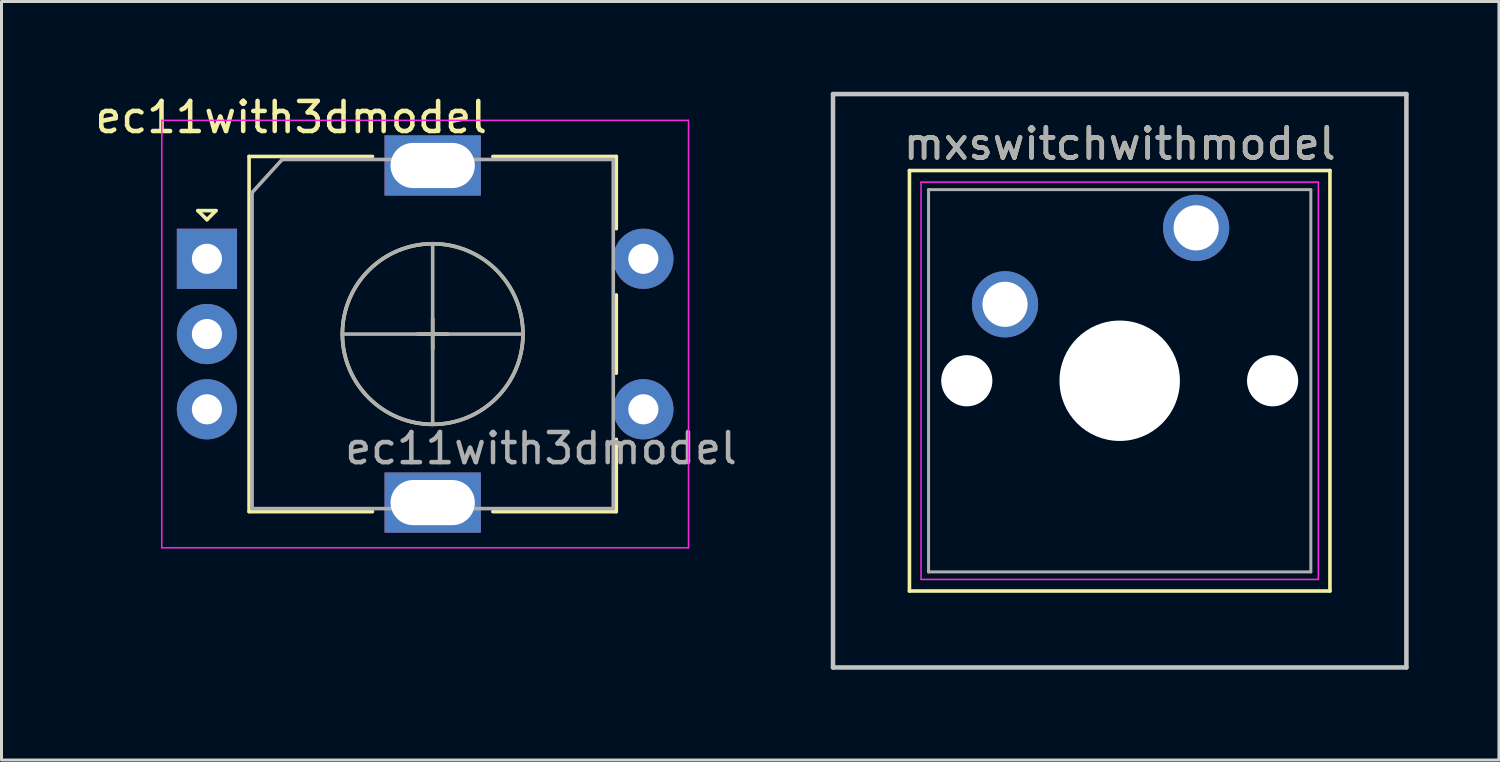
<source format=kicad_pcb>
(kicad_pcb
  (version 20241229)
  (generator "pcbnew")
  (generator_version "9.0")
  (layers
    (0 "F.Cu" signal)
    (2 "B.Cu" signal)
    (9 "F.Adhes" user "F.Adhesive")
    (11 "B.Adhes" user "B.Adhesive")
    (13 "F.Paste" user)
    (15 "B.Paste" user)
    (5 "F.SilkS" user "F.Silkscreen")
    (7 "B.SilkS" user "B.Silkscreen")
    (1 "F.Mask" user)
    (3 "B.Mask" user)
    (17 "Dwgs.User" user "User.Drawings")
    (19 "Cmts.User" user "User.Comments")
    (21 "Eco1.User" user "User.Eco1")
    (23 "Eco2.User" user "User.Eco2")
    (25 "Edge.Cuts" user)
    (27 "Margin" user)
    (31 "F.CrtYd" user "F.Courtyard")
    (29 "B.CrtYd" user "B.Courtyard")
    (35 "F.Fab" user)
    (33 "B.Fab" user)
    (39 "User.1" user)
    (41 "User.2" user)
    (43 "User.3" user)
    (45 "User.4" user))
  (footprint "ec11with3dmodel"
    (layer "F.Cu")
    (at 3.825 5.548)
    (property "Reference" "ec11with3dmodel" (at 2.8 -4.7 0) (layer "F.SilkS") (effects (font (size 1 1) (thickness 0.15))))
    (attr through_hole)
    (fp_line (start -0.3 -1.6) (end 0.3 -1.6) (stroke (width 0.12) (type solid)) (layer "F.SilkS"))
    (fp_line (start 0 -1.3) (end -0.3 -1.6) (stroke (width 0.12) (type solid)) (layer "F.SilkS"))
    (fp_line (start 0.3 -1.6) (end 0 -1.3) (stroke (width 0.12) (type solid)) (layer "F.SilkS"))
    (fp_line (start 1.4 -3.4) (end 1.4 8.4) (stroke (width 0.12) (type solid)) (layer "F.SilkS"))
    (fp_line (start 5.5 -3.4) (end 1.4 -3.4) (stroke (width 0.12) (type solid)) (layer "F.SilkS"))
    (fp_line (start 5.5 8.4) (end 1.4 8.4) (stroke (width 0.12) (type solid)) (layer "F.SilkS"))
    (fp_line (start 7 2.5) (end 8 2.5) (stroke (width 0.12) (type solid)) (layer "F.SilkS"))
    (fp_line (start 7.5 2) (end 7.5 3) (stroke (width 0.12) (type solid)) (layer "F.SilkS"))
    (fp_line (start 9.5 -3.4) (end 13.6 -3.4) (stroke (width 0.12) (type solid)) (layer "F.SilkS"))
    (fp_line (start 13.6 -3.4) (end 13.6 -1) (stroke (width 0.12) (type solid)) (layer "F.SilkS"))
    (fp_line (start 13.6 1.2) (end 13.6 3.8) (stroke (width 0.12) (type solid)) (layer "F.SilkS"))
    (fp_line (start 13.6 6) (end 13.6 8.4) (stroke (width 0.12) (type solid)) (layer "F.SilkS"))
    (fp_line (start 13.6 8.4) (end 9.5 8.4) (stroke (width 0.12) (type solid)) (layer "F.SilkS"))
    (fp_circle (center 7.5 2.5) (end 10.5 2.5) (stroke (width 0.12) (type solid)) (fill no) (layer "F.SilkS"))
    (fp_line (start -1.5 -4.6) (end -1.5 9.6) (stroke (width 0.05) (type solid)) (layer "F.CrtYd"))
    (fp_line (start -1.5 -4.6) (end 16 -4.6) (stroke (width 0.05) (type solid)) (layer "F.CrtYd"))
    (fp_line (start 16 9.6) (end -1.5 9.6) (stroke (width 0.05) (type solid)) (layer "F.CrtYd"))
    (fp_line (start 16 9.6) (end 16 -4.6) (stroke (width 0.05) (type solid)) (layer "F.CrtYd"))
    (fp_line (start 1.5 -2.2) (end 2.5 -3.3) (stroke (width 0.12) (type solid)) (layer "F.Fab"))
    (fp_line (start 1.5 8.3) (end 1.5 -2.2) (stroke (width 0.12) (type solid)) (layer "F.Fab"))
    (fp_line (start 2.5 -3.3) (end 13.5 -3.3) (stroke (width 0.12) (type solid)) (layer "F.Fab"))
    (fp_line (start 4.5 2.5) (end 10.5 2.5) (stroke (width 0.12) (type solid)) (layer "F.Fab"))
    (fp_line (start 7.5 -0.5) (end 7.5 5.5) (stroke (width 0.12) (type solid)) (layer "F.Fab"))
    (fp_line (start 13.5 -3.3) (end 13.5 8.3) (stroke (width 0.12) (type solid)) (layer "F.Fab"))
    (fp_line (start 13.5 8.3) (end 1.5 8.3) (stroke (width 0.12) (type solid)) (layer "F.Fab"))
    (fp_circle (center 7.5 2.5) (end 10.5 2.5) (stroke (width 0.12) (type solid)) (fill no) (layer "F.Fab"))
    (fp_text user "${REFERENCE}" (at 11.1 6.3 0) (layer "F.Fab") (effects (font (size 1 1) (thickness 0.15))))
    (pad "A" thru_hole rect (at 0 0) (size 2 2) (drill 1) (layers "*.Cu" "*.Mask"))
    (pad "B" thru_hole circle (at 0 5) (size 2 2) (drill 1) (layers "*.Cu" "*.Mask"))
    (pad "C" thru_hole circle (at 0 2.5) (size 2 2) (drill 1) (layers "*.Cu" "*.Mask"))
    (pad "MP" thru_hole rect (at 7.5 -3.1) (size 3.2 2) (drill oval 2.8 1.5) (layers "*.Cu" "*.Mask"))
    (pad "MP" thru_hole rect (at 7.5 8.1) (size 3.2 2) (drill oval 2.8 1.5) (layers "*.Cu" "*.Mask"))
    (pad "S1" thru_hole circle (at 14.5 5) (size 2 2) (drill 1) (layers "*.Cu" "*.Mask"))
    (pad "S2" thru_hole circle (at 14.5 0) (size 2 2) (drill 1) (layers "*.Cu" "*.Mask")))
  (footprint "mxswitchwithmodel"
    (layer "F.Cu")
    (at 36.69 4.52)
    (property "Reference" "mxswitchwithmodel" (at -2.54 -2.794 0) (layer "F.SilkS") (effects (font (size 1 1) (thickness 0.15))))
    (attr through_hole)
    (fp_line (start -9.525 -1.905) (end 4.445 -1.905) (stroke (width 0.12) (type solid)) (layer "F.SilkS"))
    (fp_line (start -9.525 12.065) (end -9.525 -1.905) (stroke (width 0.12) (type solid)) (layer "F.SilkS"))
    (fp_line (start 4.445 -1.905) (end 4.445 12.065) (stroke (width 0.12) (type solid)) (layer "F.SilkS"))
    (fp_line (start 4.445 12.065) (end -9.525 12.065) (stroke (width 0.12) (type solid)) (layer "F.SilkS"))
    (fp_line (start -12.065 -4.445) (end 6.985 -4.445) (stroke (width 0.15) (type solid)) (layer "Dwgs.User"))
    (fp_line (start -12.065 14.605) (end -12.065 -4.445) (stroke (width 0.15) (type solid)) (layer "Dwgs.User"))
    (fp_line (start 6.985 -4.445) (end 6.985 14.605) (stroke (width 0.15) (type solid)) (layer "Dwgs.User"))
    (fp_line (start 6.985 14.605) (end -12.065 14.605) (stroke (width 0.15) (type solid)) (layer "Dwgs.User"))
    (fp_line (start -9.14 -1.52) (end 4.06 -1.52) (stroke (width 0.05) (type solid)) (layer "F.CrtYd"))
    (fp_line (start -9.14 11.68) (end -9.14 -1.52) (stroke (width 0.05) (type solid)) (layer "F.CrtYd"))
    (fp_line (start 4.06 -1.52) (end 4.06 11.68) (stroke (width 0.05) (type solid)) (layer "F.CrtYd"))
    (fp_line (start 4.06 11.68) (end -9.14 11.68) (stroke (width 0.05) (type solid)) (layer "F.CrtYd"))
    (fp_line (start -8.89 -1.27) (end 3.81 -1.27) (stroke (width 0.1) (type solid)) (layer "F.Fab"))
    (fp_line (start -8.89 11.43) (end -8.89 -1.27) (stroke (width 0.1) (type solid)) (layer "F.Fab"))
    (fp_line (start 3.81 -1.27) (end 3.81 11.43) (stroke (width 0.1) (type solid)) (layer "F.Fab"))
    (fp_line (start 3.81 11.43) (end -8.89 11.43) (stroke (width 0.1) (type solid)) (layer "F.Fab"))
    (fp_text user "${REFERENCE}" (at -2.54 -2.794 0) (layer "F.Fab") (effects (font (size 1 1) (thickness 0.15))))
    (pad "" np_thru_hole circle (at -7.62 5.08) (size 1.7 1.7) (drill 1.7) (layers "*.Cu" "*.Mask"))
    (pad "" np_thru_hole circle (at -2.54 5.08) (size 4 4) (drill 4) (layers "*.Cu" "*.Mask"))
    (pad "" np_thru_hole circle (at 2.54 5.08) (size 1.7 1.7) (drill 1.7) (layers "*.Cu" "*.Mask"))
    (pad "1" thru_hole circle (at 0 0) (size 2.2 2.2) (drill 1.5) (layers "*.Cu" "*.Mask"))
    (pad "2" thru_hole circle (at -6.35 2.54) (size 2.2 2.2) (drill 1.5) (layers "*.Cu" "*.Mask")))
  (gr_rect
    (start -3 -3)
    (end 46.75 22.2)
    (stroke (width 0.1) (type default))
    (fill no)
    (layer "Edge.Cuts")))
</source>
